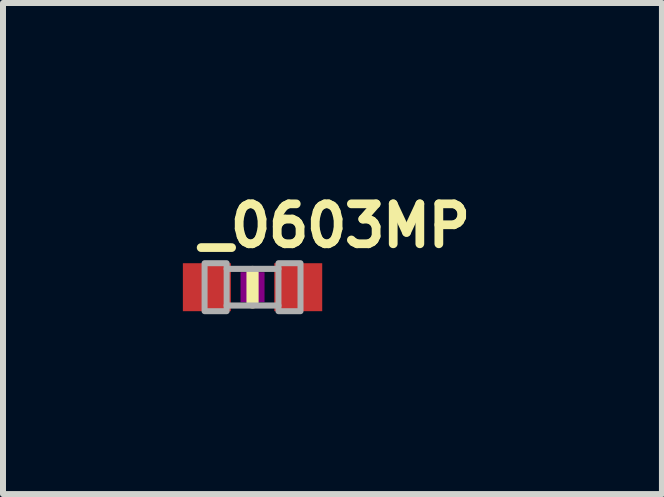
<source format=kicad_pcb>
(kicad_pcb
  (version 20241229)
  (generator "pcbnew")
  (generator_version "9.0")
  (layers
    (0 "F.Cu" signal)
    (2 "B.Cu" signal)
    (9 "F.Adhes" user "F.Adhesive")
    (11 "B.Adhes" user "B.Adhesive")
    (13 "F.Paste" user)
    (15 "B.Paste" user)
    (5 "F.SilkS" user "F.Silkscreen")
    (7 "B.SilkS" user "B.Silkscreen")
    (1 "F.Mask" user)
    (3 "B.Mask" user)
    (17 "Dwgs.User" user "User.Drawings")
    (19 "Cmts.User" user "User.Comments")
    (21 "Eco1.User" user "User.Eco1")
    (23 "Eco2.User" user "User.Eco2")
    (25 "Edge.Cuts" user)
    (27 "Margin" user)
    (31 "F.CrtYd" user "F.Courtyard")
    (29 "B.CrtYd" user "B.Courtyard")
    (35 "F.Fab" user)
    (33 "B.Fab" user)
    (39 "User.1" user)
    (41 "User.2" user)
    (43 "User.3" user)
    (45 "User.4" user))
  (footprint "_0603MP"
    (layer "F.Cu")
    (at 1.162 1.74)
    (property "Reference" "_0603MP" (at -0.953 -0.635 0) (layer "F.SilkS") (effects (font (size 0.666 0.666) (thickness 0.146)) (justify left bottom)))
    (fp_line (start 0 -0.254) (end 0 0.254) (stroke (width 0.203) (type solid)) (layer "F.SilkS"))
    (fp_poly (pts (xy -0.2 0.25) (xy 0.2 0.25) (xy 0.2 -0.25) (xy -0.2 -0.25)) (stroke (width 0) (type solid)) (fill yes) (layer "F.Adhes"))
    (fp_line (start -0.432 0.306) (end 0.432 0.306) (stroke (width 0.102) (type solid)) (layer "F.Fab"))
    (fp_line (start 0.432 -0.306) (end -0.432 -0.306) (stroke (width 0.102) (type solid)) (layer "F.Fab"))
    (fp_poly (pts (xy -0.8 0.4) (xy -0.432 0.4) (xy -0.432 -0.4) (xy -0.8 -0.4)) (stroke (width 0.1) (type solid)) (fill no) (layer "F.Fab"))
    (fp_poly (pts (xy 0.432 0.4) (xy 0.8 0.4) (xy 0.8 -0.4) (xy 0.432 -0.4)) (stroke (width 0.1) (type solid)) (fill no) (layer "F.Fab"))
    (pad "1" smd rect (at -0.762 0) (size 0.8 0.8) (layers "F.Cu" "F.Mask" "F.Paste"))
    (pad "2" smd rect (at 0.762 0) (size 0.8 0.8) (layers "F.Cu" "F.Mask" "F.Paste")))
  (gr_rect
    (start -3 -3)
    (end 7.99 5.19)
    (stroke (width 0.1) (type default))
    (fill no)
    (layer "Edge.Cuts")))
</source>
